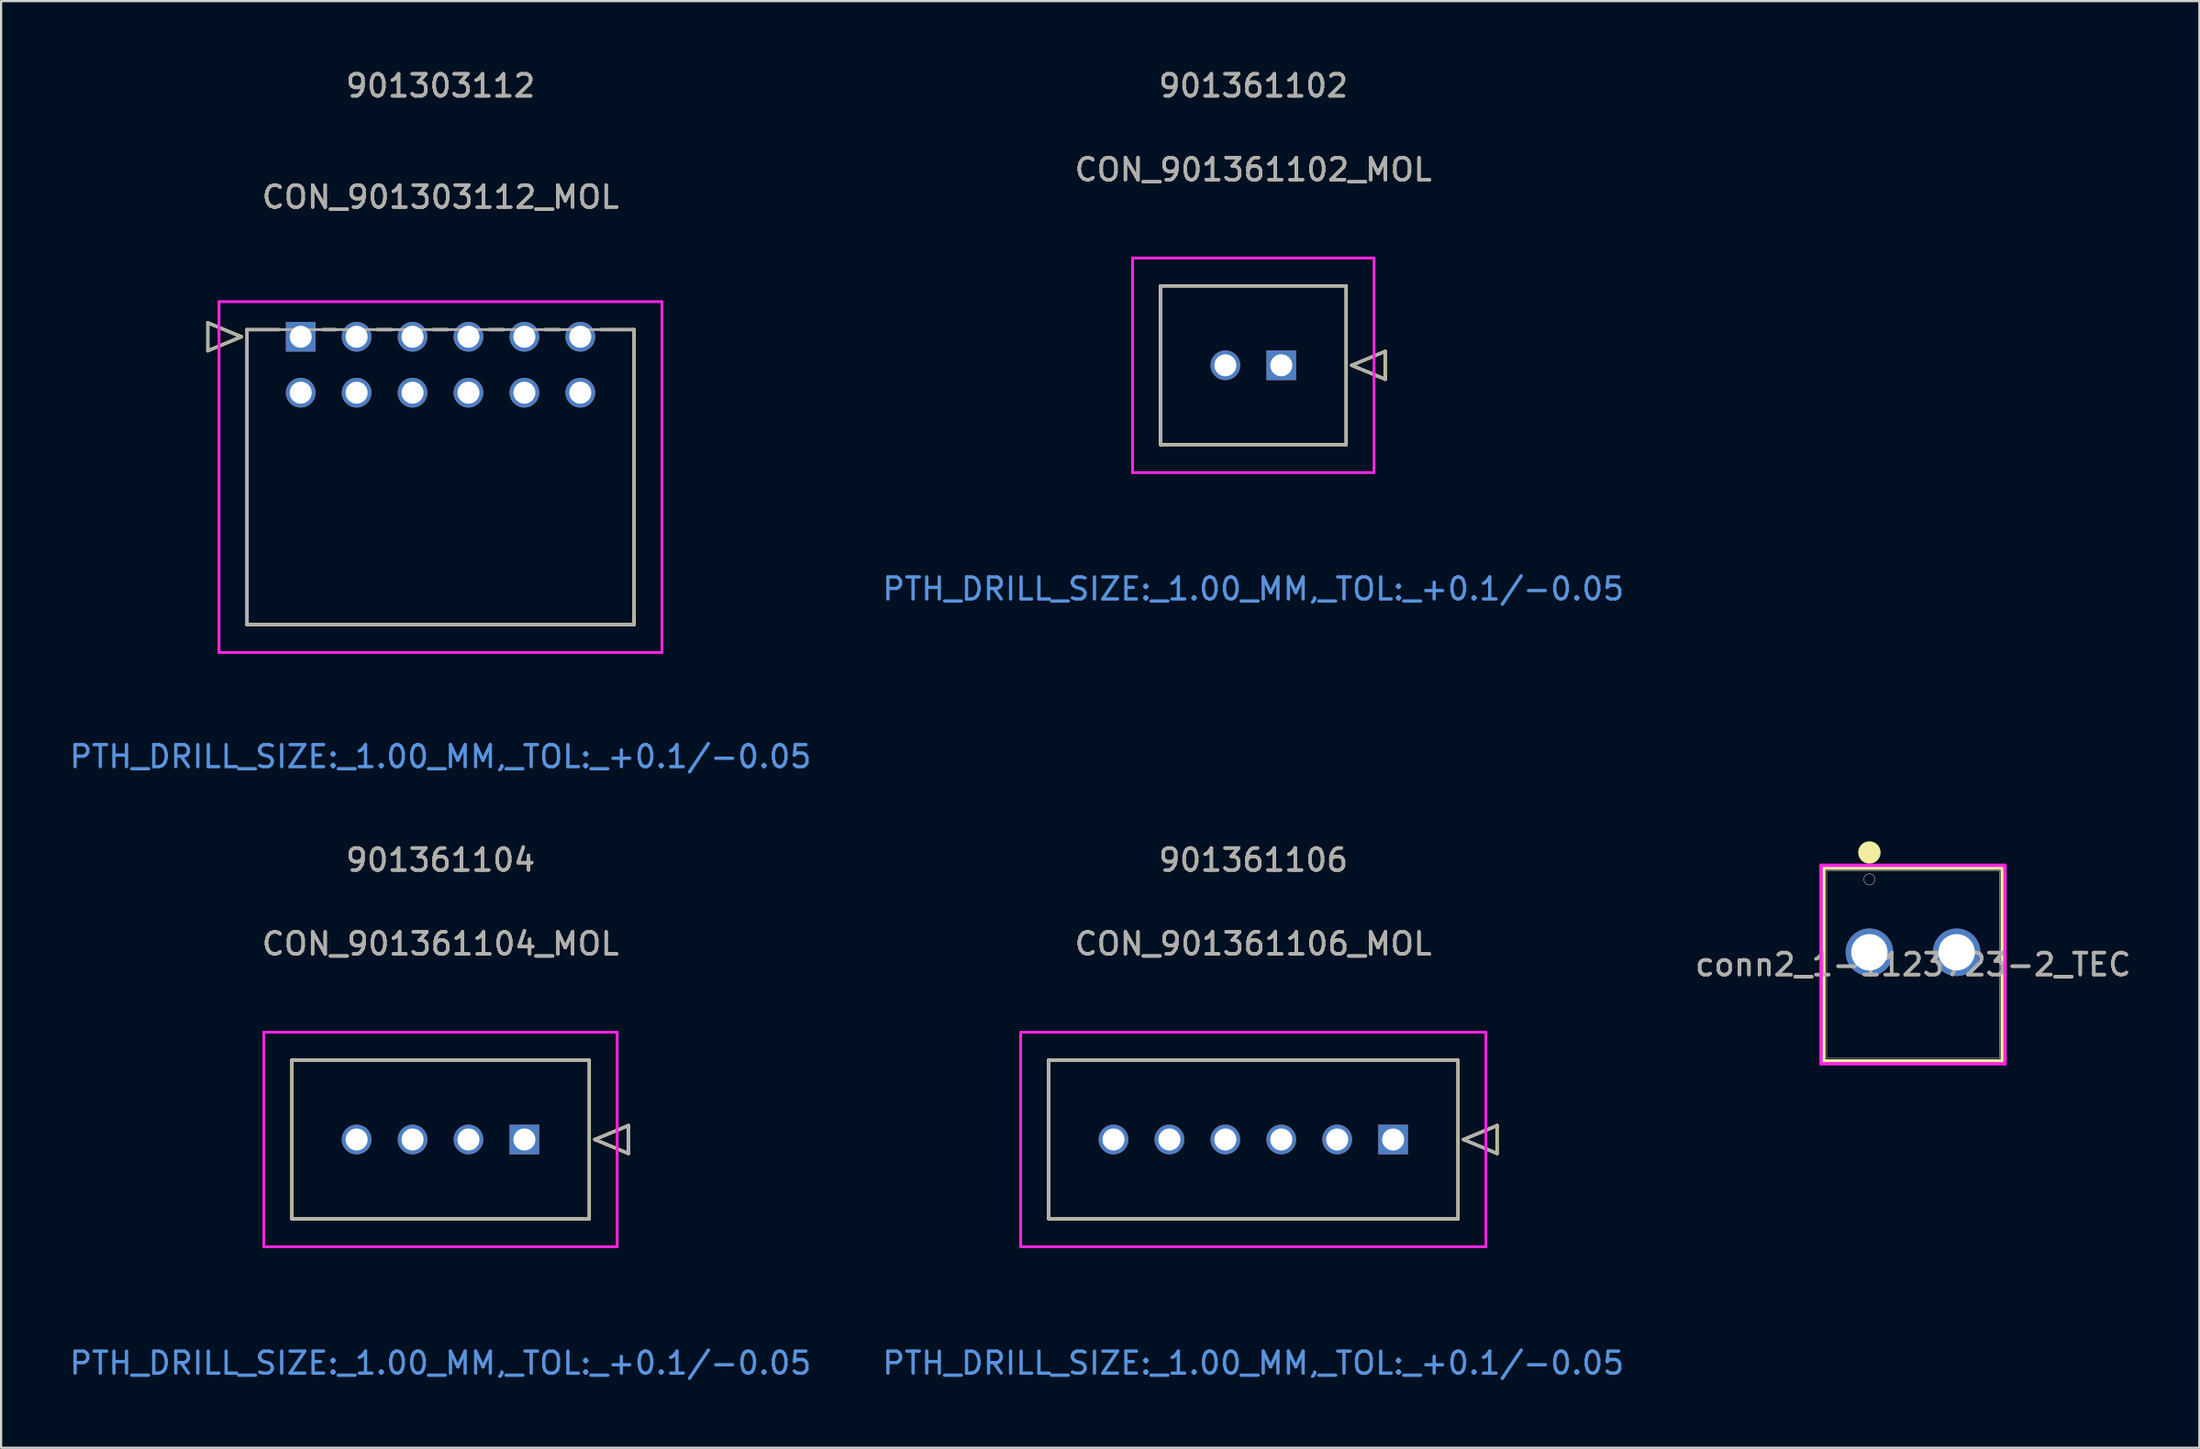
<source format=kicad_pcb>
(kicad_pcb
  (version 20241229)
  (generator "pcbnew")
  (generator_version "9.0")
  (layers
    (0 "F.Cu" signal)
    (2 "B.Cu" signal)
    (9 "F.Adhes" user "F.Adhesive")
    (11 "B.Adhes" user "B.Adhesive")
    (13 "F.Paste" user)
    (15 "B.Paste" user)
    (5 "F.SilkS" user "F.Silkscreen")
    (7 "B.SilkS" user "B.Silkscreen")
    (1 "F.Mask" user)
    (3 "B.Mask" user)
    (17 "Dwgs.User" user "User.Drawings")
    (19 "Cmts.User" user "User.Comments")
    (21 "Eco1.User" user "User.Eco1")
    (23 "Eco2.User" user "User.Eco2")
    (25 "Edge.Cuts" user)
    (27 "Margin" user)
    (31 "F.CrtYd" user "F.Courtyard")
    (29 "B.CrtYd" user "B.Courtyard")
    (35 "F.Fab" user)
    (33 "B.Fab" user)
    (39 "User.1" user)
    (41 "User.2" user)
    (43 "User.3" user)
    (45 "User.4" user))
  (footprint "CON_901361102_MOL"
    (layer "F.Cu")
    (at 55.145 13.548)
    (property "Reference" "CON_901361102_MOL" (at -1.27 -8.89 0) (unlocked yes) (layer "F.SilkS") (effects (font (size 1 1) (thickness 0.15))))
    (attr through_hole)
    (fp_line (start -5.485 -3.605) (end -5.485 3.605) (stroke (width 0.152) (type solid)) (layer "F.SilkS"))
    (fp_line (start -5.485 3.605) (end 2.945 3.605) (stroke (width 0.152) (type solid)) (layer "F.SilkS"))
    (fp_line (start 2.945 -3.605) (end -5.485 -3.605) (stroke (width 0.152) (type solid)) (layer "F.SilkS"))
    (fp_line (start 2.945 3.605) (end 2.945 -3.605) (stroke (width 0.152) (type solid)) (layer "F.SilkS"))
    (fp_line (start 3.199 0) (end 4.723 -0.635) (stroke (width 0.152) (type solid)) (layer "F.SilkS"))
    (fp_line (start 4.723 -0.635) (end 4.723 0.635) (stroke (width 0.152) (type solid)) (layer "F.SilkS"))
    (fp_line (start 4.723 0.635) (end 3.199 0) (stroke (width 0.152) (type solid)) (layer "F.SilkS"))
    (fp_line (start -6.755 -4.875) (end -6.755 4.875) (stroke (width 0.127) (type solid)) (layer "F.CrtYd"))
    (fp_line (start -6.755 4.875) (end 4.215 4.875) (stroke (width 0.127) (type solid)) (layer "F.CrtYd"))
    (fp_line (start 4.215 -4.875) (end -6.755 -4.875) (stroke (width 0.127) (type solid)) (layer "F.CrtYd"))
    (fp_line (start 4.215 4.875) (end 4.215 -4.875) (stroke (width 0.127) (type solid)) (layer "F.CrtYd"))
    (fp_line (start -5.485 -3.605) (end -5.485 3.605) (stroke (width 0.127) (type solid)) (layer "F.Fab"))
    (fp_line (start -5.485 3.605) (end 2.945 3.605) (stroke (width 0.127) (type solid)) (layer "F.Fab"))
    (fp_line (start 2.945 -3.605) (end -5.485 -3.605) (stroke (width 0.127) (type solid)) (layer "F.Fab"))
    (fp_line (start 2.945 3.605) (end 2.945 -3.605) (stroke (width 0.127) (type solid)) (layer "F.Fab"))
    (fp_line (start 3.199 0) (end 4.723 -0.635) (stroke (width 0.127) (type solid)) (layer "F.Fab"))
    (fp_line (start 4.723 -0.635) (end 4.723 0.635) (stroke (width 0.127) (type solid)) (layer "F.Fab"))
    (fp_line (start 4.723 0.635) (end 3.199 0) (stroke (width 0.127) (type solid)) (layer "F.Fab"))
    (fp_text user "901361102" (at -1.27 -12.7 0) (unlocked yes) (layer "F.SilkS") (effects (font (size 1 1) (thickness 0.15))))
    (fp_text user "PTH_DRILL_SIZE:_1.00_MM,_TOL:_+0.1/-0.05" (at -1.27 10.16 0) (unlocked yes) (layer "Cmts.User") (effects (font (size 1 1) (thickness 0.15))))
    (fp_text user "901361102" (at -1.27 -12.7 0) (unlocked yes) (layer "F.Fab") (effects (font (size 1 1) (thickness 0.15))))
    (fp_text user "${REFERENCE}" (at -1.27 -8.89 0) (unlocked yes) (layer "F.Fab") (effects (font (size 1 1) (thickness 0.15))))
    (pad "1" thru_hole rect (at 0 0) (size 1.35 1.35) (drill 1) (layers "*.Cu" "*.Mask"))
    (pad "2" thru_hole circle (at -2.54 0) (size 1.35 1.35) (drill 1) (layers "*.Cu" "*.Mask")))
  (footprint "conn2_1-1123723-2_TEC"
    (layer "F.Cu")
    (at 81.858 40.218)
    (property "Reference" "conn2_1-1123723-2_TEC" (at 1.981 0.559 0) (unlocked yes) (layer "F.SilkS") (effects (font (size 1 1) (thickness 0.15))))
    (attr through_hole)
    (fp_line (start -2.07 -3.823) (end -2.07 4.94) (stroke (width 0.152) (type solid)) (layer "F.SilkS"))
    (fp_line (start -2.07 4.94) (end 6.032 4.94) (stroke (width 0.152) (type solid)) (layer "F.SilkS"))
    (fp_line (start 6.032 -3.823) (end -2.07 -3.823) (stroke (width 0.152) (type solid)) (layer "F.SilkS"))
    (fp_line (start 6.032 4.94) (end 6.032 -3.823) (stroke (width 0.152) (type solid)) (layer "F.SilkS"))
    (fp_circle (center 0 -4.534) (end 0.254 -4.534) (stroke (width 0.508) (type solid)) (fill no) (layer "F.SilkS"))
    (fp_line (start -2.197 -3.95) (end -2.197 5.067) (stroke (width 0.152) (type solid)) (layer "F.CrtYd"))
    (fp_line (start -2.197 5.067) (end 6.16 5.067) (stroke (width 0.152) (type solid)) (layer "F.CrtYd"))
    (fp_line (start 6.16 -3.95) (end -2.197 -3.95) (stroke (width 0.152) (type solid)) (layer "F.CrtYd"))
    (fp_line (start 6.16 5.067) (end 6.16 -3.95) (stroke (width 0.152) (type solid)) (layer "F.CrtYd"))
    (fp_line (start -1.943 -3.696) (end -1.943 4.813) (stroke (width 0.025) (type solid)) (layer "F.Fab"))
    (fp_line (start -1.943 4.813) (end 5.905 4.813) (stroke (width 0.025) (type solid)) (layer "F.Fab"))
    (fp_line (start 5.905 -3.696) (end -1.943 -3.696) (stroke (width 0.025) (type solid)) (layer "F.Fab"))
    (fp_line (start 5.905 4.813) (end 5.905 -3.696) (stroke (width 0.025) (type solid)) (layer "F.Fab"))
    (fp_circle (center 0 -3.315) (end 0.254 -3.315) (stroke (width 0.025) (type solid)) (fill no) (layer "F.Fab"))
    (fp_text user "${REFERENCE}" (at 1.981 0.559 0) (unlocked yes) (layer "F.Fab") (effects (font (size 1 1) (thickness 0.15))))
    (pad "1" thru_hole circle (at 0 0) (size 2.159 2.159) (drill 1.651) (layers "*.Cu" "*.Mask"))
    (pad "2" thru_hole circle (at 3.962 0) (size 2.159 2.159) (drill 1.651) (layers "*.Cu" "*.Mask")))
  (footprint "CON_901361106_MOL"
    (layer "F.Cu")
    (at 60.225 48.725)
    (property "Reference" "CON_901361106_MOL" (at -6.35 -8.89 0) (unlocked yes) (layer "F.SilkS") (effects (font (size 1 1) (thickness 0.15))))
    (attr through_hole)
    (fp_line (start -15.645 -3.605) (end -15.645 3.605) (stroke (width 0.152) (type solid)) (layer "F.SilkS"))
    (fp_line (start -15.645 3.605) (end 2.945 3.605) (stroke (width 0.152) (type solid)) (layer "F.SilkS"))
    (fp_line (start 2.945 -3.605) (end -15.645 -3.605) (stroke (width 0.152) (type solid)) (layer "F.SilkS"))
    (fp_line (start 2.945 3.605) (end 2.945 -3.605) (stroke (width 0.152) (type solid)) (layer "F.SilkS"))
    (fp_line (start 3.199 0) (end 4.723 -0.635) (stroke (width 0.152) (type solid)) (layer "F.SilkS"))
    (fp_line (start 4.723 -0.635) (end 4.723 0.635) (stroke (width 0.152) (type solid)) (layer "F.SilkS"))
    (fp_line (start 4.723 0.635) (end 3.199 0) (stroke (width 0.152) (type solid)) (layer "F.SilkS"))
    (fp_line (start -16.915 -4.875) (end -16.915 4.875) (stroke (width 0.127) (type solid)) (layer "F.CrtYd"))
    (fp_line (start -16.915 4.875) (end 4.215 4.875) (stroke (width 0.127) (type solid)) (layer "F.CrtYd"))
    (fp_line (start 4.215 -4.875) (end -16.915 -4.875) (stroke (width 0.127) (type solid)) (layer "F.CrtYd"))
    (fp_line (start 4.215 4.875) (end 4.215 -4.875) (stroke (width 0.127) (type solid)) (layer "F.CrtYd"))
    (fp_line (start -15.645 -3.605) (end -15.645 3.605) (stroke (width 0.127) (type solid)) (layer "F.Fab"))
    (fp_line (start -15.645 3.605) (end 2.945 3.605) (stroke (width 0.127) (type solid)) (layer "F.Fab"))
    (fp_line (start 2.945 -3.605) (end -15.645 -3.605) (stroke (width 0.127) (type solid)) (layer "F.Fab"))
    (fp_line (start 2.945 3.605) (end 2.945 -3.605) (stroke (width 0.127) (type solid)) (layer "F.Fab"))
    (fp_line (start 3.199 0) (end 4.723 -0.635) (stroke (width 0.127) (type solid)) (layer "F.Fab"))
    (fp_line (start 4.723 -0.635) (end 4.723 0.635) (stroke (width 0.127) (type solid)) (layer "F.Fab"))
    (fp_line (start 4.723 0.635) (end 3.199 0) (stroke (width 0.127) (type solid)) (layer "F.Fab"))
    (fp_text user "901361106" (at -6.35 -12.7 0) (unlocked yes) (layer "F.SilkS") (effects (font (size 1 1) (thickness 0.15))))
    (fp_text user "PTH_DRILL_SIZE:_1.00_MM,_TOL:_+0.1/-0.05" (at -6.35 10.16 0) (unlocked yes) (layer "Cmts.User") (effects (font (size 1 1) (thickness 0.15))))
    (fp_text user "${REFERENCE}" (at -6.35 -8.89 0) (unlocked yes) (layer "F.Fab") (effects (font (size 1 1) (thickness 0.15))))
    (fp_text user "901361106" (at -6.35 -12.7 0) (unlocked yes) (layer "F.Fab") (effects (font (size 1 1) (thickness 0.15))))
    (pad "1" thru_hole rect (at 0 0) (size 1.35 1.35) (drill 1) (layers "*.Cu" "*.Mask"))
    (pad "2" thru_hole circle (at -2.54 0) (size 1.35 1.35) (drill 1) (layers "*.Cu" "*.Mask"))
    (pad "3" thru_hole circle (at -5.08 0) (size 1.35 1.35) (drill 1) (layers "*.Cu" "*.Mask"))
    (pad "4" thru_hole circle (at -7.62 0) (size 1.35 1.35) (drill 1) (layers "*.Cu" "*.Mask"))
    (pad "5" thru_hole circle (at -10.16 0) (size 1.35 1.35) (drill 1) (layers "*.Cu" "*.Mask"))
    (pad "6" thru_hole circle (at -12.7 0) (size 1.35 1.35) (drill 1) (layers "*.Cu" "*.Mask")))
  (footprint "CON_901361104_MOL"
    (layer "F.Cu")
    (at 20.768 48.725)
    (property "Reference" "CON_901361104_MOL" (at -3.81 -8.89 0) (unlocked yes) (layer "F.SilkS") (effects (font (size 1 1) (thickness 0.15))))
    (attr through_hole)
    (fp_line (start -10.565 -3.605) (end -10.565 3.605) (stroke (width 0.152) (type solid)) (layer "F.SilkS"))
    (fp_line (start -10.565 3.605) (end 2.945 3.605) (stroke (width 0.152) (type solid)) (layer "F.SilkS"))
    (fp_line (start 2.945 -3.605) (end -10.565 -3.605) (stroke (width 0.152) (type solid)) (layer "F.SilkS"))
    (fp_line (start 2.945 3.605) (end 2.945 -3.605) (stroke (width 0.152) (type solid)) (layer "F.SilkS"))
    (fp_line (start 3.199 0) (end 4.723 -0.635) (stroke (width 0.152) (type solid)) (layer "F.SilkS"))
    (fp_line (start 4.723 -0.635) (end 4.723 0.635) (stroke (width 0.152) (type solid)) (layer "F.SilkS"))
    (fp_line (start 4.723 0.635) (end 3.199 0) (stroke (width 0.152) (type solid)) (layer "F.SilkS"))
    (fp_line (start -11.835 -4.875) (end -11.835 4.875) (stroke (width 0.127) (type solid)) (layer "F.CrtYd"))
    (fp_line (start -11.835 4.875) (end 4.215 4.875) (stroke (width 0.127) (type solid)) (layer "F.CrtYd"))
    (fp_line (start 4.215 -4.875) (end -11.835 -4.875) (stroke (width 0.127) (type solid)) (layer "F.CrtYd"))
    (fp_line (start 4.215 4.875) (end 4.215 -4.875) (stroke (width 0.127) (type solid)) (layer "F.CrtYd"))
    (fp_line (start -10.565 -3.605) (end -10.565 3.605) (stroke (width 0.127) (type solid)) (layer "F.Fab"))
    (fp_line (start -10.565 3.605) (end 2.945 3.605) (stroke (width 0.127) (type solid)) (layer "F.Fab"))
    (fp_line (start 2.945 -3.605) (end -10.565 -3.605) (stroke (width 0.127) (type solid)) (layer "F.Fab"))
    (fp_line (start 2.945 3.605) (end 2.945 -3.605) (stroke (width 0.127) (type solid)) (layer "F.Fab"))
    (fp_line (start 3.199 0) (end 4.723 -0.635) (stroke (width 0.127) (type solid)) (layer "F.Fab"))
    (fp_line (start 4.723 -0.635) (end 4.723 0.635) (stroke (width 0.127) (type solid)) (layer "F.Fab"))
    (fp_line (start 4.723 0.635) (end 3.199 0) (stroke (width 0.127) (type solid)) (layer "F.Fab"))
    (fp_text user "901361104" (at -3.81 -12.7 0) (unlocked yes) (layer "F.SilkS") (effects (font (size 1 1) (thickness 0.15))))
    (fp_text user "PTH_DRILL_SIZE:_1.00_MM,_TOL:_+0.1/-0.05" (at -3.81 10.16 0) (unlocked yes) (layer "Cmts.User") (effects (font (size 1 1) (thickness 0.15))))
    (fp_text user "901361104" (at -3.81 -12.7 0) (unlocked yes) (layer "F.Fab") (effects (font (size 1 1) (thickness 0.15))))
    (fp_text user "${REFERENCE}" (at -3.81 -8.89 0) (unlocked yes) (layer "F.Fab") (effects (font (size 1 1) (thickness 0.15))))
    (pad "1" thru_hole rect (at 0 0) (size 1.35 1.35) (drill 1) (layers "*.Cu" "*.Mask"))
    (pad "2" thru_hole circle (at -2.54 0) (size 1.35 1.35) (drill 1) (layers "*.Cu" "*.Mask"))
    (pad "3" thru_hole circle (at -5.08 0) (size 1.35 1.35) (drill 1) (layers "*.Cu" "*.Mask"))
    (pad "4" thru_hole circle (at -7.62 0) (size 1.35 1.35) (drill 1) (layers "*.Cu" "*.Mask")))
  (footprint "CON_901303112_MOL"
    (layer "F.Cu")
    (at 10.608 12.252)
    (property "Reference" "CON_901303112_MOL" (at 6.35 -6.35 0) (unlocked yes) (layer "F.SilkS") (effects (font (size 1 1) (thickness 0.15))))
    (attr through_hole)
    (fp_line (start -4.218 -0.635) (end -4.218 0.635) (stroke (width 0.152) (type solid)) (layer "F.SilkS"))
    (fp_line (start -4.218 0.635) (end -2.694 0) (stroke (width 0.152) (type solid)) (layer "F.SilkS"))
    (fp_line (start -2.694 0) (end -4.218 -0.635) (stroke (width 0.152) (type solid)) (layer "F.SilkS"))
    (fp_line (start -2.44 -0.325) (end -2.44 13.078) (stroke (width 0.152) (type solid)) (layer "F.SilkS"))
    (fp_line (start -2.44 13.078) (end 15.14 13.078) (stroke (width 0.152) (type solid)) (layer "F.SilkS"))
    (fp_line (start -0.995 -0.325) (end -2.44 -0.325) (stroke (width 0.152) (type solid)) (layer "F.SilkS"))
    (fp_line (start 1.6 -0.325) (end 0.995 -0.325) (stroke (width 0.152) (type solid)) (layer "F.SilkS"))
    (fp_line (start 4.14 -0.325) (end 3.48 -0.325) (stroke (width 0.152) (type solid)) (layer "F.SilkS"))
    (fp_line (start 6.68 -0.325) (end 6.02 -0.325) (stroke (width 0.152) (type solid)) (layer "F.SilkS"))
    (fp_line (start 9.22 -0.325) (end 8.56 -0.325) (stroke (width 0.152) (type solid)) (layer "F.SilkS"))
    (fp_line (start 11.76 -0.325) (end 11.1 -0.325) (stroke (width 0.152) (type solid)) (layer "F.SilkS"))
    (fp_line (start 15.14 -0.325) (end 13.64 -0.325) (stroke (width 0.152) (type solid)) (layer "F.SilkS"))
    (fp_line (start 15.14 13.078) (end 15.14 -0.325) (stroke (width 0.152) (type solid)) (layer "F.SilkS"))
    (fp_line (start -3.71 -1.595) (end -3.71 14.348) (stroke (width 0.127) (type solid)) (layer "F.CrtYd"))
    (fp_line (start -3.71 14.348) (end 16.41 14.348) (stroke (width 0.127) (type solid)) (layer "F.CrtYd"))
    (fp_line (start 16.41 -1.595) (end -3.71 -1.595) (stroke (width 0.127) (type solid)) (layer "F.CrtYd"))
    (fp_line (start 16.41 14.348) (end 16.41 -1.595) (stroke (width 0.127) (type solid)) (layer "F.CrtYd"))
    (fp_line (start -4.218 -0.635) (end -4.218 0.635) (stroke (width 0.127) (type solid)) (layer "F.Fab"))
    (fp_line (start -4.218 0.635) (end -2.694 0) (stroke (width 0.127) (type solid)) (layer "F.Fab"))
    (fp_line (start -2.694 0) (end -4.218 -0.635) (stroke (width 0.127) (type solid)) (layer "F.Fab"))
    (fp_line (start -2.44 -0.325) (end -2.44 13.078) (stroke (width 0.127) (type solid)) (layer "F.Fab"))
    (fp_line (start -2.44 13.078) (end 15.14 13.078) (stroke (width 0.127) (type solid)) (layer "F.Fab"))
    (fp_line (start 15.14 -0.325) (end -2.44 -0.325) (stroke (width 0.127) (type solid)) (layer "F.Fab"))
    (fp_line (start 15.14 13.078) (end 15.14 -0.325) (stroke (width 0.127) (type solid)) (layer "F.Fab"))
    (fp_text user "901303112" (at 6.35 -11.403 0) (unlocked yes) (layer "F.SilkS") (effects (font (size 1 1) (thickness 0.15))))
    (fp_text user "PTH_DRILL_SIZE:_1.00_MM,_TOL:_+0.1/-0.05" (at 6.35 19.076 0) (unlocked yes) (layer "Cmts.User") (effects (font (size 1 1) (thickness 0.15))))
    (fp_text user "901303112" (at 6.35 -11.403 0) (unlocked yes) (layer "F.Fab") (effects (font (size 1 1) (thickness 0.15))))
    (fp_text user "${REFERENCE}" (at 6.35 -6.35 0) (unlocked yes) (layer "F.Fab") (effects (font (size 1 1) (thickness 0.15))))
    (pad "1" thru_hole rect (at 0 0) (size 1.35 1.35) (drill 1) (layers "*.Cu" "*.Mask"))
    (pad "2" thru_hole circle (at 0 2.54) (size 1.35 1.35) (drill 1) (layers "*.Cu" "*.Mask"))
    (pad "3" thru_hole circle (at 2.54 0 90) (size 1.35 1.35) (drill 1) (layers "*.Cu" "*.Mask"))
    (pad "4" thru_hole circle (at 2.54 2.54 90) (size 1.35 1.35) (drill 1) (layers "*.Cu" "*.Mask"))
    (pad "5" thru_hole circle (at 5.08 0 90) (size 1.35 1.35) (drill 1) (layers "*.Cu" "*.Mask"))
    (pad "6" thru_hole circle (at 5.08 2.54 90) (size 1.35 1.35) (drill 1) (layers "*.Cu" "*.Mask"))
    (pad "7" thru_hole circle (at 7.62 0 90) (size 1.35 1.35) (drill 1) (layers "*.Cu" "*.Mask"))
    (pad "8" thru_hole circle (at 7.62 2.54 90) (size 1.35 1.35) (drill 1) (layers "*.Cu" "*.Mask"))
    (pad "9" thru_hole circle (at 10.16 0 90) (size 1.35 1.35) (drill 1) (layers "*.Cu" "*.Mask"))
    (pad "10" thru_hole circle (at 10.16 2.54 90) (size 1.35 1.35) (drill 1) (layers "*.Cu" "*.Mask"))
    (pad "11" thru_hole circle (at 12.7 0 90) (size 1.35 1.35) (drill 1) (layers "*.Cu" "*.Mask"))
    (pad "12" thru_hole circle (at 12.7 2.54 90) (size 1.35 1.35) (drill 1) (layers "*.Cu" "*.Mask")))
  (gr_rect
    (start -3 -3)
    (end 96.845 62.733)
    (stroke (width 0.1) (type default))
    (fill no)
    (layer "Edge.Cuts")))
</source>
